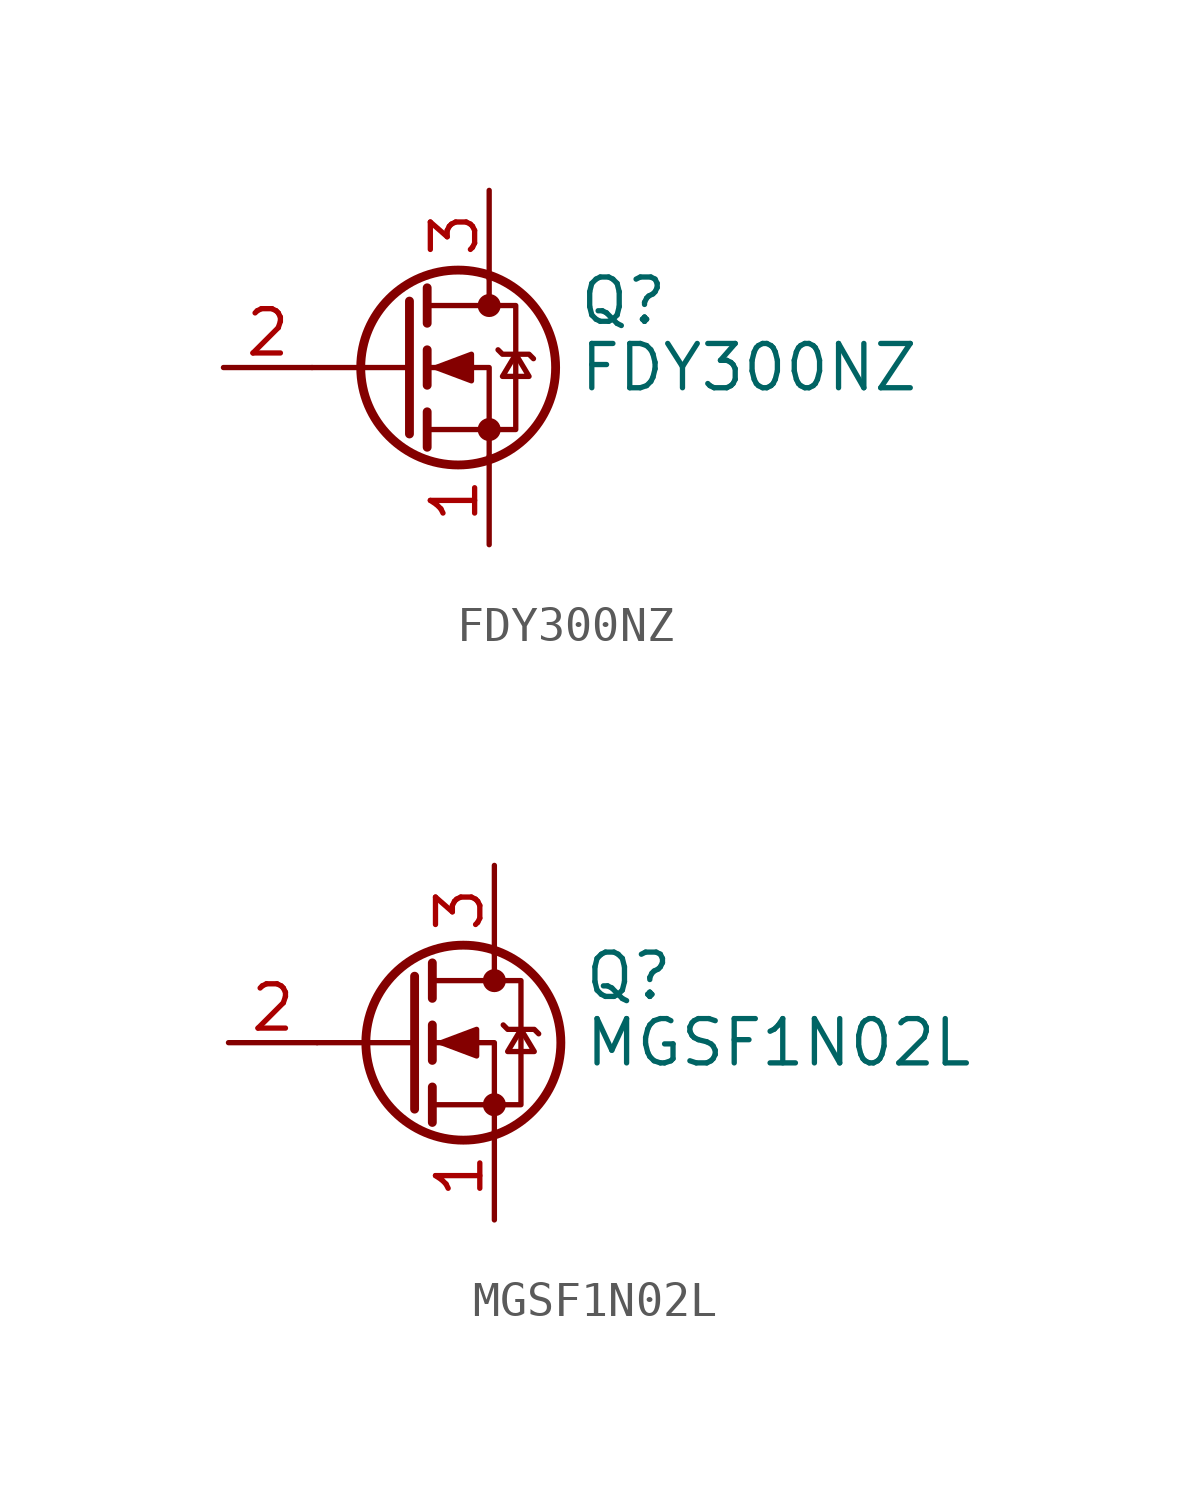
<source format=kicad_sym>
(kicad_symbol_lib
  (version 20211014)
  (generator kicad_symbol_editor)
  (symbol "FDY300NZ"
    (pin_names hide)
    (property "Reference" "Q"
      (at 5.08 1.905 0)
      (effects (font (size 1.27 1.27)) (justify left)))
    (property "Value" "FDY300NZ"
      (at 5.08 0 0)
      (effects (font (size 1.27 1.27)) (justify left)))
    (symbol "FDY300NZ_0_1"
      (polyline (pts (xy 0.254 0) (xy -2.54 0)) (stroke (width 0) (type default) (color 0 0 0 0)) (fill (type none)))
      (polyline (pts (xy 0.254 1.905) (xy 0.254 -1.905)) (stroke (width 0.254) (type default) (color 0 0 0 0)) (fill (type none)))
      (polyline (pts (xy 0.762 -1.27) (xy 0.762 -2.286)) (stroke (width 0.254) (type default) (color 0 0 0 0)) (fill (type none)))
      (polyline (pts (xy 0.762 0.508) (xy 0.762 -0.508)) (stroke (width 0.254) (type default) (color 0 0 0 0)) (fill (type none)))
      (polyline (pts (xy 0.762 2.286) (xy 0.762 1.27)) (stroke (width 0.254) (type default) (color 0 0 0 0)) (fill (type none)))
      (polyline (pts (xy 2.54 2.54) (xy 2.54 1.778)) (stroke (width 0) (type default) (color 0 0 0 0)) (fill (type none)))
      (polyline (pts (xy 2.54 -2.54) (xy 2.54 0) (xy 0.762 0)) (stroke (width 0) (type default) (color 0 0 0 0)) (fill (type none)))
      (polyline (pts (xy 0.762 -1.778) (xy 3.302 -1.778) (xy 3.302 1.778) (xy 0.762 1.778)) (stroke (width 0) (type default) (color 0 0 0 0)) (fill (type none)))
      (polyline (pts (xy 1.016 0) (xy 2.032 0.381) (xy 2.032 -0.381) (xy 1.016 0)) (stroke (width 0) (type default) (color 0 0 0 0)) (fill (type outline)))
      (polyline (pts (xy 2.794 0.508) (xy 2.921 0.381) (xy 3.683 0.381) (xy 3.81 0.254)) (stroke (width 0) (type default) (color 0 0 0 0)) (fill (type none)))
      (polyline (pts (xy 3.302 0.381) (xy 2.921 -0.254) (xy 3.683 -0.254) (xy 3.302 0.381)) (stroke (width 0) (type default) (color 0 0 0 0)) (fill (type none)))
      (circle (center 1.651 0) (radius 2.794) (stroke (width 0.254) (type default) (color 0 0 0 0)) (fill (type none)))
      (circle (center 2.54 -1.778) (radius 0.254) (stroke (width 0) (type default) (color 0 0 0 0)) (fill (type outline)))
      (circle (center 2.54 1.778) (radius 0.254) (stroke (width 0) (type default) (color 0 0 0 0)) (fill (type outline))))
    (symbol "FDY300NZ_1_1"
      (pin passive line (at 2.54 -5.08 90) (length 2.54) (name "S" (effects (font (size 1.27 1.27)))) (number "1" (effects (font (size 1.27 1.27)))))
      (pin input line (at -5.08 0 0) (length 2.54) (name "G" (effects (font (size 1.27 1.27)))) (number "2" (effects (font (size 1.27 1.27)))))
      (pin passive line (at 2.54 5.08 270) (length 2.54) (name "D" (effects (font (size 1.27 1.27)))) (number "3" (effects (font (size 1.27 1.27)))))))
  (symbol "MGSF1N02L"
    (pin_names hide)
    (property "Reference" "Q"
      (at 5.08 1.905 0)
      (effects (font (size 1.27 1.27)) (justify left)))
    (property "Value" "MGSF1N02L"
      (at 5.08 0 0)
      (effects (font (size 1.27 1.27)) (justify left)))
    (symbol "MGSF1N02L_0_1"
      (polyline (pts (xy 0.254 0) (xy -2.54 0)) (stroke (width 0) (type default) (color 0 0 0 0)) (fill (type none)))
      (polyline (pts (xy 0.254 1.905) (xy 0.254 -1.905)) (stroke (width 0.254) (type default) (color 0 0 0 0)) (fill (type none)))
      (polyline (pts (xy 0.762 -1.27) (xy 0.762 -2.286)) (stroke (width 0.254) (type default) (color 0 0 0 0)) (fill (type none)))
      (polyline (pts (xy 0.762 0.508) (xy 0.762 -0.508)) (stroke (width 0.254) (type default) (color 0 0 0 0)) (fill (type none)))
      (polyline (pts (xy 0.762 2.286) (xy 0.762 1.27)) (stroke (width 0.254) (type default) (color 0 0 0 0)) (fill (type none)))
      (polyline (pts (xy 2.54 2.54) (xy 2.54 1.778)) (stroke (width 0) (type default) (color 0 0 0 0)) (fill (type none)))
      (polyline (pts (xy 2.54 -2.54) (xy 2.54 0) (xy 0.762 0)) (stroke (width 0) (type default) (color 0 0 0 0)) (fill (type none)))
      (polyline (pts (xy 0.762 -1.778) (xy 3.302 -1.778) (xy 3.302 1.778) (xy 0.762 1.778)) (stroke (width 0) (type default) (color 0 0 0 0)) (fill (type none)))
      (polyline (pts (xy 1.016 0) (xy 2.032 0.381) (xy 2.032 -0.381) (xy 1.016 0)) (stroke (width 0) (type default) (color 0 0 0 0)) (fill (type outline)))
      (polyline (pts (xy 2.794 0.508) (xy 2.921 0.381) (xy 3.683 0.381) (xy 3.81 0.254)) (stroke (width 0) (type default) (color 0 0 0 0)) (fill (type none)))
      (polyline (pts (xy 3.302 0.381) (xy 2.921 -0.254) (xy 3.683 -0.254) (xy 3.302 0.381)) (stroke (width 0) (type default) (color 0 0 0 0)) (fill (type none)))
      (circle (center 1.651 0) (radius 2.794) (stroke (width 0.254) (type default) (color 0 0 0 0)) (fill (type none)))
      (circle (center 2.54 -1.778) (radius 0.254) (stroke (width 0) (type default) (color 0 0 0 0)) (fill (type outline)))
      (circle (center 2.54 1.778) (radius 0.254) (stroke (width 0) (type default) (color 0 0 0 0)) (fill (type outline))))
    (symbol "MGSF1N02L_1_1"
      (pin passive line (at 2.54 -5.08 90) (length 2.54) (name "S" (effects (font (size 1.27 1.27)))) (number "1" (effects (font (size 1.27 1.27)))))
      (pin input line (at -5.08 0 0) (length 2.54) (name "G" (effects (font (size 1.27 1.27)))) (number "2" (effects (font (size 1.27 1.27)))))
      (pin passive line (at 2.54 5.08 270) (length 2.54) (name "D" (effects (font (size 1.27 1.27)))) (number "3" (effects (font (size 1.27 1.27))))))))
</source>
